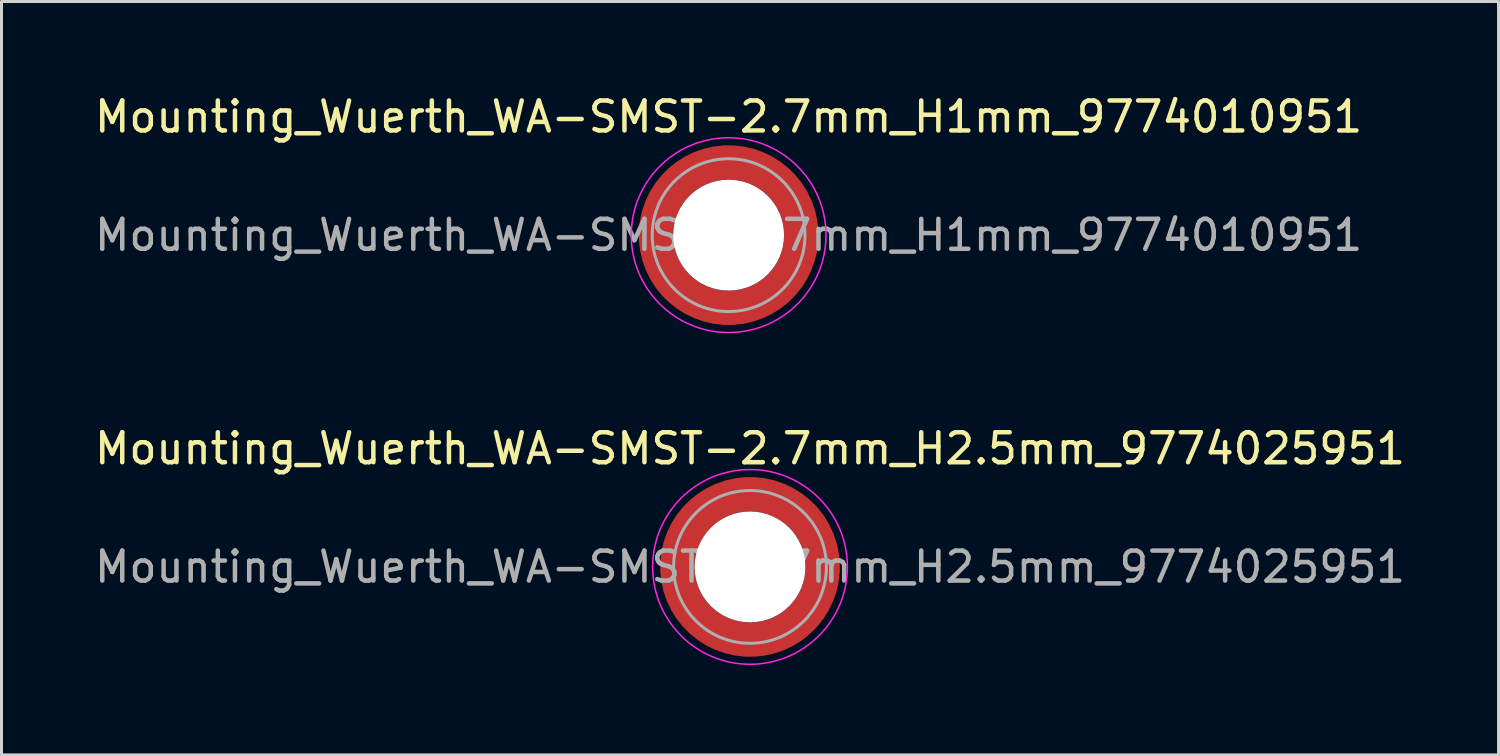
<source format=kicad_pcb>
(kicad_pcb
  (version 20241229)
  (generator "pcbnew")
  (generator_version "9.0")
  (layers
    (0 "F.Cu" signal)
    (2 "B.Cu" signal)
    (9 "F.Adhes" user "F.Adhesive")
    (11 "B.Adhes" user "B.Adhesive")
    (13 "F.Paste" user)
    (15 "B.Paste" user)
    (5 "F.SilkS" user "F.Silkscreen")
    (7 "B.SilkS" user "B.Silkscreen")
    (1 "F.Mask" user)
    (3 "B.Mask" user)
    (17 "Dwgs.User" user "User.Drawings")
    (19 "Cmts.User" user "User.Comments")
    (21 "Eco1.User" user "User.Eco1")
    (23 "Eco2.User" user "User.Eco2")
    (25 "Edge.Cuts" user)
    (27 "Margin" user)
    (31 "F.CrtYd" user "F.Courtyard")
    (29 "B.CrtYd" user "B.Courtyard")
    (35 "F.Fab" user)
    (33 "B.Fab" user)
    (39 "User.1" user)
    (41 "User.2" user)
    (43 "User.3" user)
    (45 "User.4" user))
  (footprint "Mounting_Wuerth_WA-SMST-2.7mm_H2.5mm_9774025951"
    (layer "F.Cu")
    (at 21.982 15.871)
    (property "Reference" "Mounting_Wuerth_WA-SMST-2.7mm_H2.5mm_9774025951" (at 0 -3.95 0) (layer "F.SilkS") (effects (font (size 1 1) (thickness 0.15))))
    (property "Mouser Part no." "" (at 0 0 0) (layer "F.Fab") (effects (font (size 1.27 1.27) (thickness 0.15))))
    (property "Mouser link" "" (at 0 0 0) (layer "F.Fab") (effects (font (size 1.27 1.27) (thickness 0.15))))
    (attr smd)
    (fp_circle (center 0 0) (end 3.25 0) (stroke (width 0.05) (type solid)) (fill no) (layer "F.CrtYd"))
    (fp_circle (center 0 0) (end 2.55 0) (stroke (width 0.1) (type solid)) (fill no) (layer "F.Fab"))
    (fp_text user "${REFERENCE}" (at 0 0 0) (layer "F.Fab") (effects (font (size 1 1) (thickness 0.15))))
    (pad "" smd custom (at -1.704 -1.704) (size 0.62 0.62) (layers "F.Paste") (options (anchor circle)) (primitives (gr_arc (start -0.250195 1.279127) (mid 0.289146 0.290681) (end 1.277006 -0.249732) (width 0.2)) (gr_arc (start -0.34334 1.279127) (mid 0.224883 0.226093) (end 1.277452 -0.342992) (width 0.2)) (gr_arc (start -0.436309 1.279127) (mid 0.160537 0.16159) (end 1.277666 -0.436018) (width 0.2)) (gr_arc (start -0.529126 1.279127) (mid 0.095932 0.097343) (end 1.277167 -0.528752) (width 0.2)) (gr_arc (start -0.621807 1.279127) (mid 0.0309 0.033527) (end 1.275473 -0.621136) (width 0.2)) (gr_arc (start -0.71437 1.279127) (mid -0.03322 -0.031206) (end 1.276322 -0.713875) (width 0.2)) (gr_arc (start -0.806826 1.279127) (mid -0.097997 -0.095278) (end 1.275336 -0.806181) (width 0.2)) (gr_arc (start -0.899187 1.279127) (mid -0.161977 -0.160149) (end 1.276577 -0.898769) (width 0.2)) (gr_arc (start -0.991463 1.279127) (mid -0.226842 -0.224133) (end 1.275343 -0.990864) (width 0.2)) (gr_arc (start -1.083663 1.279127) (mid -0.291026 -0.288801) (end 1.276016 -1.083187) (width 0.2)) (gr_line (start 1.279 -0.25) (end 1.279 -1.084) (width 0.2)) (gr_line (start -0.25 1.279) (end -1.084 1.279) (width 0.2))))
    (pad "" smd custom (at -1.704 1.704) (size 0.62 0.62) (layers "F.Paste") (options (anchor circle)) (primitives (gr_arc (start 1.279127 0.250195) (mid 0.290681 -0.289146) (end -0.249732 -1.277006) (width 0.2)) (gr_arc (start 1.279127 0.34334) (mid 0.226093 -0.224883) (end -0.342992 -1.277452) (width 0.2)) (gr_arc (start 1.279127 0.436309) (mid 0.16159 -0.160537) (end -0.436018 -1.277666) (width 0.2)) (gr_arc (start 1.279127 0.529126) (mid 0.097343 -0.095932) (end -0.528752 -1.277167) (width 0.2)) (gr_arc (start 1.279127 0.621807) (mid 0.033527 -0.0309) (end -0.621136 -1.275473) (width 0.2)) (gr_arc (start 1.279127 0.71437) (mid -0.031206 0.03322) (end -0.713875 -1.276322) (width 0.2)) (gr_arc (start 1.279127 0.806826) (mid -0.095278 0.097997) (end -0.806181 -1.275336) (width 0.2)) (gr_arc (start 1.279127 0.899187) (mid -0.160149 0.161977) (end -0.898769 -1.276577) (width 0.2)) (gr_arc (start 1.279127 0.991463) (mid -0.224133 0.226842) (end -0.990864 -1.275343) (width 0.2)) (gr_arc (start 1.279127 1.083663) (mid -0.288801 0.291026) (end -1.083187 -1.276016) (width 0.2)) (gr_line (start -0.25 -1.279) (end -1.084 -1.279) (width 0.2)) (gr_line (start 1.279 0.25) (end 1.279 1.084) (width 0.2))))
    (pad "" np_thru_hole circle (at 0 0) (size 3.7 3.7) (drill 3.7) (layers "*.Cu" "*.Mask"))
    (pad "" smd custom (at 1.704 -1.704) (size 0.62 0.62) (layers "F.Paste") (options (anchor circle)) (primitives (gr_arc (start -1.279127 -0.250195) (mid -0.290681 0.289146) (end 0.249732 1.277006) (width 0.2)) (gr_arc (start -1.279127 -0.34334) (mid -0.226093 0.224883) (end 0.342992 1.277452) (width 0.2)) (gr_arc (start -1.279127 -0.436309) (mid -0.16159 0.160537) (end 0.436018 1.277666) (width 0.2)) (gr_arc (start -1.279127 -0.529126) (mid -0.097343 0.095932) (end 0.528752 1.277167) (width 0.2)) (gr_arc (start -1.279127 -0.621807) (mid -0.033527 0.0309) (end 0.621136 1.275473) (width 0.2)) (gr_arc (start -1.279127 -0.71437) (mid 0.031206 -0.03322) (end 0.713875 1.276322) (width 0.2)) (gr_arc (start -1.279127 -0.806826) (mid 0.095278 -0.097997) (end 0.806181 1.275336) (width 0.2)) (gr_arc (start -1.279127 -0.899187) (mid 0.160149 -0.161977) (end 0.898769 1.276577) (width 0.2)) (gr_arc (start -1.279127 -0.991463) (mid 0.224133 -0.226842) (end 0.990864 1.275343) (width 0.2)) (gr_arc (start -1.279127 -1.083663) (mid 0.288801 -0.291026) (end 1.083187 1.276016) (width 0.2)) (gr_line (start 0.25 1.279) (end 1.084 1.279) (width 0.2)) (gr_line (start -1.279 -0.25) (end -1.279 -1.084) (width 0.2))))
    (pad "" smd custom (at 1.704 1.704) (size 0.62 0.62) (layers "F.Paste") (options (anchor circle)) (primitives (gr_arc (start 0.250195 -1.279127) (mid -0.289146 -0.290681) (end -1.277006 0.249732) (width 0.2)) (gr_arc (start 0.34334 -1.279127) (mid -0.224883 -0.226093) (end -1.277452 0.342992) (width 0.2)) (gr_arc (start 0.436309 -1.279127) (mid -0.160537 -0.16159) (end -1.277666 0.436018) (width 0.2)) (gr_arc (start 0.529126 -1.279127) (mid -0.095932 -0.097343) (end -1.277167 0.528752) (width 0.2)) (gr_arc (start 0.621807 -1.279127) (mid -0.0309 -0.033527) (end -1.275473 0.621136) (width 0.2)) (gr_arc (start 0.71437 -1.279127) (mid 0.03322 0.031206) (end -1.276322 0.713875) (width 0.2)) (gr_arc (start 0.806826 -1.279127) (mid 0.097997 0.095278) (end -1.275336 0.806181) (width 0.2)) (gr_arc (start 0.899187 -1.279127) (mid 0.161977 0.160149) (end -1.276577 0.898769) (width 0.2)) (gr_arc (start 0.991463 -1.279127) (mid 0.226842 0.224133) (end -1.275343 0.990864) (width 0.2)) (gr_arc (start 1.083663 -1.279127) (mid 0.291026 0.288801) (end -1.276016 1.083187) (width 0.2)) (gr_line (start -1.279 0.25) (end -1.279 1.084) (width 0.2)) (gr_line (start 0.25 -1.279) (end 1.084 -1.279) (width 0.2))))
    (pad "1" smd circle (at -2.425 0) (size 0.75 0.75) (layers "F.Cu"))
    (pad "1" smd circle (at 0 -2.425) (size 0.75 0.75) (layers "F.Cu"))
    (pad "1" smd circle (at 0 2.425) (size 0.75 0.75) (layers "F.Cu"))
    (pad "1" smd custom (at 2.425 0) (size 0.75 0.75) (layers "F.Cu" "F.Mask") (options (anchor circle)) (primitives (gr_circle (center -2.425 0) (end 0 0) (width 1.15) (fill no)))))
  (footprint "Mounting_Wuerth_WA-SMST-2.7mm_H1mm_9774010951"
    (layer "F.Cu")
    (at 21.268 4.798)
    (property "Reference" "Mounting_Wuerth_WA-SMST-2.7mm_H1mm_9774010951" (at 0 -3.95 0) (layer "F.SilkS") (effects (font (size 1 1) (thickness 0.15))))
    (property "Mouser Part no." "" (at 0 0 0) (layer "F.Fab") (effects (font (size 1.27 1.27) (thickness 0.15))))
    (property "Mouser link" "" (at 0 0 0) (layer "F.Fab") (effects (font (size 1.27 1.27) (thickness 0.15))))
    (attr smd)
    (fp_circle (center 0 0) (end 3.25 0) (stroke (width 0.05) (type solid)) (fill no) (layer "F.CrtYd"))
    (fp_circle (center 0 0) (end 2.55 0) (stroke (width 0.1) (type solid)) (fill no) (layer "F.Fab"))
    (fp_text user "${REFERENCE}" (at 0 0 0) (layer "F.Fab") (effects (font (size 1 1) (thickness 0.15))))
    (pad "" smd custom (at -1.704 -1.704) (size 0.62 0.62) (layers "F.Paste") (options (anchor circle)) (primitives (gr_arc (start -0.250195 1.279127) (mid 0.289146 0.290681) (end 1.277006 -0.249732) (width 0.2)) (gr_arc (start -0.34334 1.279127) (mid 0.224883 0.226093) (end 1.277452 -0.342992) (width 0.2)) (gr_arc (start -0.436309 1.279127) (mid 0.160537 0.16159) (end 1.277666 -0.436018) (width 0.2)) (gr_arc (start -0.529126 1.279127) (mid 0.095932 0.097343) (end 1.277167 -0.528752) (width 0.2)) (gr_arc (start -0.621807 1.279127) (mid 0.0309 0.033527) (end 1.275473 -0.621136) (width 0.2)) (gr_arc (start -0.71437 1.279127) (mid -0.03322 -0.031206) (end 1.276322 -0.713875) (width 0.2)) (gr_arc (start -0.806826 1.279127) (mid -0.097997 -0.095278) (end 1.275336 -0.806181) (width 0.2)) (gr_arc (start -0.899187 1.279127) (mid -0.161977 -0.160149) (end 1.276577 -0.898769) (width 0.2)) (gr_arc (start -0.991463 1.279127) (mid -0.226842 -0.224133) (end 1.275343 -0.990864) (width 0.2)) (gr_arc (start -1.083663 1.279127) (mid -0.291026 -0.288801) (end 1.276016 -1.083187) (width 0.2)) (gr_line (start 1.279 -0.25) (end 1.279 -1.084) (width 0.2)) (gr_line (start -0.25 1.279) (end -1.084 1.279) (width 0.2))))
    (pad "" smd custom (at -1.704 1.704) (size 0.62 0.62) (layers "F.Paste") (options (anchor circle)) (primitives (gr_arc (start 1.279127 0.250195) (mid 0.290681 -0.289146) (end -0.249732 -1.277006) (width 0.2)) (gr_arc (start 1.279127 0.34334) (mid 0.226093 -0.224883) (end -0.342992 -1.277452) (width 0.2)) (gr_arc (start 1.279127 0.436309) (mid 0.16159 -0.160537) (end -0.436018 -1.277666) (width 0.2)) (gr_arc (start 1.279127 0.529126) (mid 0.097343 -0.095932) (end -0.528752 -1.277167) (width 0.2)) (gr_arc (start 1.279127 0.621807) (mid 0.033527 -0.0309) (end -0.621136 -1.275473) (width 0.2)) (gr_arc (start 1.279127 0.71437) (mid -0.031206 0.03322) (end -0.713875 -1.276322) (width 0.2)) (gr_arc (start 1.279127 0.806826) (mid -0.095278 0.097997) (end -0.806181 -1.275336) (width 0.2)) (gr_arc (start 1.279127 0.899187) (mid -0.160149 0.161977) (end -0.898769 -1.276577) (width 0.2)) (gr_arc (start 1.279127 0.991463) (mid -0.224133 0.226842) (end -0.990864 -1.275343) (width 0.2)) (gr_arc (start 1.279127 1.083663) (mid -0.288801 0.291026) (end -1.083187 -1.276016) (width 0.2)) (gr_line (start -0.25 -1.279) (end -1.084 -1.279) (width 0.2)) (gr_line (start 1.279 0.25) (end 1.279 1.084) (width 0.2))))
    (pad "" np_thru_hole circle (at 0 0) (size 3.7 3.7) (drill 3.7) (layers "*.Cu" "*.Mask"))
    (pad "" smd custom (at 1.704 -1.704) (size 0.62 0.62) (layers "F.Paste") (options (anchor circle)) (primitives (gr_arc (start -1.279127 -0.250195) (mid -0.290681 0.289146) (end 0.249732 1.277006) (width 0.2)) (gr_arc (start -1.279127 -0.34334) (mid -0.226093 0.224883) (end 0.342992 1.277452) (width 0.2)) (gr_arc (start -1.279127 -0.436309) (mid -0.16159 0.160537) (end 0.436018 1.277666) (width 0.2)) (gr_arc (start -1.279127 -0.529126) (mid -0.097343 0.095932) (end 0.528752 1.277167) (width 0.2)) (gr_arc (start -1.279127 -0.621807) (mid -0.033527 0.0309) (end 0.621136 1.275473) (width 0.2)) (gr_arc (start -1.279127 -0.71437) (mid 0.031206 -0.03322) (end 0.713875 1.276322) (width 0.2)) (gr_arc (start -1.279127 -0.806826) (mid 0.095278 -0.097997) (end 0.806181 1.275336) (width 0.2)) (gr_arc (start -1.279127 -0.899187) (mid 0.160149 -0.161977) (end 0.898769 1.276577) (width 0.2)) (gr_arc (start -1.279127 -0.991463) (mid 0.224133 -0.226842) (end 0.990864 1.275343) (width 0.2)) (gr_arc (start -1.279127 -1.083663) (mid 0.288801 -0.291026) (end 1.083187 1.276016) (width 0.2)) (gr_line (start 0.25 1.279) (end 1.084 1.279) (width 0.2)) (gr_line (start -1.279 -0.25) (end -1.279 -1.084) (width 0.2))))
    (pad "" smd custom (at 1.704 1.704) (size 0.62 0.62) (layers "F.Paste") (options (anchor circle)) (primitives (gr_arc (start 0.250195 -1.279127) (mid -0.289146 -0.290681) (end -1.277006 0.249732) (width 0.2)) (gr_arc (start 0.34334 -1.279127) (mid -0.224883 -0.226093) (end -1.277452 0.342992) (width 0.2)) (gr_arc (start 0.436309 -1.279127) (mid -0.160537 -0.16159) (end -1.277666 0.436018) (width 0.2)) (gr_arc (start 0.529126 -1.279127) (mid -0.095932 -0.097343) (end -1.277167 0.528752) (width 0.2)) (gr_arc (start 0.621807 -1.279127) (mid -0.0309 -0.033527) (end -1.275473 0.621136) (width 0.2)) (gr_arc (start 0.71437 -1.279127) (mid 0.03322 0.031206) (end -1.276322 0.713875) (width 0.2)) (gr_arc (start 0.806826 -1.279127) (mid 0.097997 0.095278) (end -1.275336 0.806181) (width 0.2)) (gr_arc (start 0.899187 -1.279127) (mid 0.161977 0.160149) (end -1.276577 0.898769) (width 0.2)) (gr_arc (start 0.991463 -1.279127) (mid 0.226842 0.224133) (end -1.275343 0.990864) (width 0.2)) (gr_arc (start 1.083663 -1.279127) (mid 0.291026 0.288801) (end -1.276016 1.083187) (width 0.2)) (gr_line (start -1.279 0.25) (end -1.279 1.084) (width 0.2)) (gr_line (start 0.25 -1.279) (end 1.084 -1.279) (width 0.2))))
    (pad "1" smd circle (at -2.425 0) (size 0.75 0.75) (layers "F.Cu"))
    (pad "1" smd circle (at 0 -2.425) (size 0.75 0.75) (layers "F.Cu"))
    (pad "1" smd circle (at 0 2.425) (size 0.75 0.75) (layers "F.Cu"))
    (pad "1" smd custom (at 2.425 0) (size 0.75 0.75) (layers "F.Cu" "F.Mask") (options (anchor circle)) (primitives (gr_circle (center -2.425 0) (end 0 0) (width 1.15) (fill no)))))
  (gr_rect
    (start -3 -3)
    (end 46.964 22.146)
    (stroke (width 0.1) (type default))
    (fill no)
    (layer "Edge.Cuts")))
</source>
